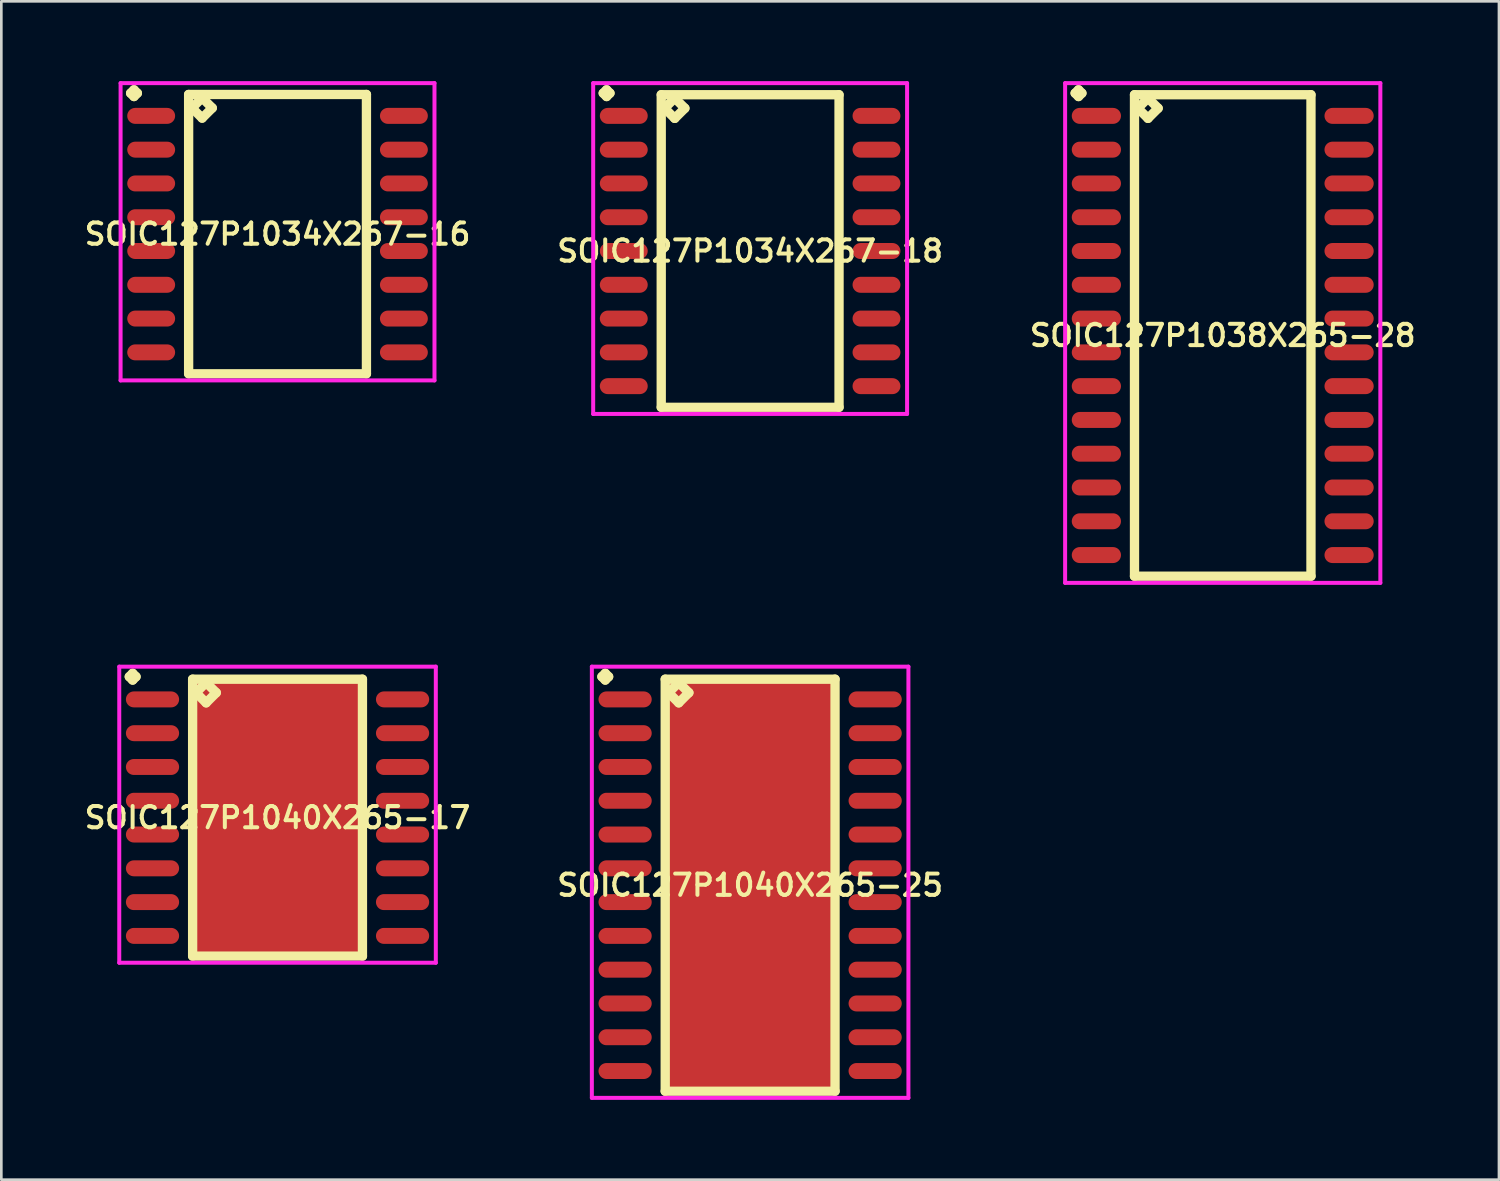
<source format=kicad_pcb>
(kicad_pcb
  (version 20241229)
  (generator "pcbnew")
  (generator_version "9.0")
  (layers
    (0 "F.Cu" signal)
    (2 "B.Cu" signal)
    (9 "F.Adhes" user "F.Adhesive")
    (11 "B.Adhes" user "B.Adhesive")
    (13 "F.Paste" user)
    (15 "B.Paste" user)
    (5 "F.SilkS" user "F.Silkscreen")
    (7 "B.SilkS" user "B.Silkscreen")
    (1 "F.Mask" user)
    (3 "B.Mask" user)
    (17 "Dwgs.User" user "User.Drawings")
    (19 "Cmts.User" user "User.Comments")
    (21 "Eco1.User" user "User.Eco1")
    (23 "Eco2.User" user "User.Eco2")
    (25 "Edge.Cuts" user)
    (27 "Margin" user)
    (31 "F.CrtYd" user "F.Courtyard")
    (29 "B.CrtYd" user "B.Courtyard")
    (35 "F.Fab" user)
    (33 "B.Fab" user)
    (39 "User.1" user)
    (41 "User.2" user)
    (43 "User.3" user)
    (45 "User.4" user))
  (footprint "SOIC127P1034X267-16"
    (layer "F.Cu")
    (at 7.383 5.751)
    (property "Reference" "SOIC127P1034X267-16" (at 0 0 0) (layer "F.SilkS") (effects (font (size 0.8 0.8) (thickness 0.15))))
    (attr smd)
    (fp_line (start -5.523 -5.299) (end -5.396 -5.426) (stroke (width 0.35) (type solid)) (layer "F.SilkS"))
    (fp_line (start -5.396 -5.426) (end -5.269 -5.299) (stroke (width 0.35) (type solid)) (layer "F.SilkS"))
    (fp_line (start -5.396 -5.172) (end -5.523 -5.299) (stroke (width 0.35) (type solid)) (layer "F.SilkS"))
    (fp_line (start -5.269 -5.299) (end -5.396 -5.172) (stroke (width 0.35) (type solid)) (layer "F.SilkS"))
    (fp_line (start -3.342 -5.25) (end -3.342 5.25) (stroke (width 0.35) (type solid)) (layer "F.SilkS"))
    (fp_line (start -3.342 5.25) (end 3.342 5.25) (stroke (width 0.35) (type solid)) (layer "F.SilkS"))
    (fp_line (start -3.215 -4.742) (end -2.834 -5.123) (stroke (width 0.35) (type solid)) (layer "F.SilkS"))
    (fp_line (start -2.834 -5.123) (end -2.453 -4.742) (stroke (width 0.35) (type solid)) (layer "F.SilkS"))
    (fp_line (start -2.834 -4.361) (end -3.215 -4.742) (stroke (width 0.35) (type solid)) (layer "F.SilkS"))
    (fp_line (start -2.453 -4.742) (end -2.834 -4.361) (stroke (width 0.35) (type solid)) (layer "F.SilkS"))
    (fp_line (start 3.342 -5.25) (end -3.342 -5.25) (stroke (width 0.35) (type solid)) (layer "F.SilkS"))
    (fp_line (start 3.342 5.25) (end 3.342 -5.25) (stroke (width 0.35) (type solid)) (layer "F.SilkS"))
    (fp_line (start -5.9 -5.676) (end 5.9 -5.676) (stroke (width 0.15) (type solid)) (layer "F.CrtYd"))
    (fp_line (start -5.9 5.5) (end -5.9 -5.676) (stroke (width 0.15) (type solid)) (layer "F.CrtYd"))
    (fp_line (start 5.9 -5.676) (end 5.9 5.5) (stroke (width 0.15) (type solid)) (layer "F.CrtYd"))
    (fp_line (start 5.9 5.5) (end -5.9 5.5) (stroke (width 0.15) (type solid)) (layer "F.CrtYd"))
    (pad "1" smd oval (at -4.75 -4.445) (size 1.8 0.6) (layers "F.Cu" "F.Mask" "F.Paste"))
    (pad "2" smd oval (at -4.75 -3.175) (size 1.8 0.6) (layers "F.Cu" "F.Mask" "F.Paste"))
    (pad "3" smd oval (at -4.75 -1.905) (size 1.8 0.6) (layers "F.Cu" "F.Mask" "F.Paste"))
    (pad "4" smd oval (at -4.75 -0.635) (size 1.8 0.6) (layers "F.Cu" "F.Mask" "F.Paste"))
    (pad "5" smd oval (at -4.75 0.635) (size 1.8 0.6) (layers "F.Cu" "F.Mask" "F.Paste"))
    (pad "6" smd oval (at -4.75 1.905) (size 1.8 0.6) (layers "F.Cu" "F.Mask" "F.Paste"))
    (pad "7" smd oval (at -4.75 3.175) (size 1.8 0.6) (layers "F.Cu" "F.Mask" "F.Paste"))
    (pad "8" smd oval (at -4.75 4.445) (size 1.8 0.6) (layers "F.Cu" "F.Mask" "F.Paste"))
    (pad "9" smd oval (at 4.75 4.445) (size 1.8 0.6) (layers "F.Cu" "F.Mask" "F.Paste"))
    (pad "10" smd oval (at 4.75 3.175) (size 1.8 0.6) (layers "F.Cu" "F.Mask" "F.Paste"))
    (pad "11" smd oval (at 4.75 1.905) (size 1.8 0.6) (layers "F.Cu" "F.Mask" "F.Paste"))
    (pad "12" smd oval (at 4.75 0.635) (size 1.8 0.6) (layers "F.Cu" "F.Mask" "F.Paste"))
    (pad "13" smd oval (at 4.75 -0.635) (size 1.8 0.6) (layers "F.Cu" "F.Mask" "F.Paste"))
    (pad "14" smd oval (at 4.75 -1.905) (size 1.8 0.6) (layers "F.Cu" "F.Mask" "F.Paste"))
    (pad "15" smd oval (at 4.75 -3.175) (size 1.8 0.6) (layers "F.Cu" "F.Mask" "F.Paste"))
    (pad "16" smd oval (at 4.75 -4.445) (size 1.8 0.6) (layers "F.Cu" "F.Mask" "F.Paste")))
  (footprint "SOIC127P1034X267-18"
    (layer "F.Cu")
    (at 25.149 6.386)
    (property "Reference" "SOIC127P1034X267-18" (at 0 0 0) (layer "F.SilkS") (effects (font (size 0.8 0.8) (thickness 0.15))))
    (attr smd)
    (fp_line (start -5.523 -5.934) (end -5.396 -6.061) (stroke (width 0.35) (type solid)) (layer "F.SilkS"))
    (fp_line (start -5.396 -6.061) (end -5.269 -5.934) (stroke (width 0.35) (type solid)) (layer "F.SilkS"))
    (fp_line (start -5.396 -5.807) (end -5.523 -5.934) (stroke (width 0.35) (type solid)) (layer "F.SilkS"))
    (fp_line (start -5.269 -5.934) (end -5.396 -5.807) (stroke (width 0.35) (type solid)) (layer "F.SilkS"))
    (fp_line (start -3.342 -5.875) (end -3.342 5.875) (stroke (width 0.35) (type solid)) (layer "F.SilkS"))
    (fp_line (start -3.342 5.875) (end 3.342 5.875) (stroke (width 0.35) (type solid)) (layer "F.SilkS"))
    (fp_line (start -3.215 -5.367) (end -2.834 -5.748) (stroke (width 0.35) (type solid)) (layer "F.SilkS"))
    (fp_line (start -2.834 -5.748) (end -2.453 -5.367) (stroke (width 0.35) (type solid)) (layer "F.SilkS"))
    (fp_line (start -2.834 -4.986) (end -3.215 -5.367) (stroke (width 0.35) (type solid)) (layer "F.SilkS"))
    (fp_line (start -2.453 -5.367) (end -2.834 -4.986) (stroke (width 0.35) (type solid)) (layer "F.SilkS"))
    (fp_line (start 3.342 -5.875) (end -3.342 -5.875) (stroke (width 0.35) (type solid)) (layer "F.SilkS"))
    (fp_line (start 3.342 5.875) (end 3.342 -5.875) (stroke (width 0.35) (type solid)) (layer "F.SilkS"))
    (fp_line (start -5.9 -6.311) (end 5.9 -6.311) (stroke (width 0.15) (type solid)) (layer "F.CrtYd"))
    (fp_line (start -5.9 6.125) (end -5.9 -6.311) (stroke (width 0.15) (type solid)) (layer "F.CrtYd"))
    (fp_line (start 5.9 -6.311) (end 5.9 6.125) (stroke (width 0.15) (type solid)) (layer "F.CrtYd"))
    (fp_line (start 5.9 6.125) (end -5.9 6.125) (stroke (width 0.15) (type solid)) (layer "F.CrtYd"))
    (pad "1" smd oval (at -4.75 -5.08) (size 1.8 0.6) (layers "F.Cu" "F.Mask" "F.Paste"))
    (pad "2" smd oval (at -4.75 -3.81) (size 1.8 0.6) (layers "F.Cu" "F.Mask" "F.Paste"))
    (pad "3" smd oval (at -4.75 -2.54) (size 1.8 0.6) (layers "F.Cu" "F.Mask" "F.Paste"))
    (pad "4" smd oval (at -4.75 -1.27) (size 1.8 0.6) (layers "F.Cu" "F.Mask" "F.Paste"))
    (pad "5" smd oval (at -4.75 0) (size 1.8 0.6) (layers "F.Cu" "F.Mask" "F.Paste"))
    (pad "6" smd oval (at -4.75 1.27) (size 1.8 0.6) (layers "F.Cu" "F.Mask" "F.Paste"))
    (pad "7" smd oval (at -4.75 2.54) (size 1.8 0.6) (layers "F.Cu" "F.Mask" "F.Paste"))
    (pad "8" smd oval (at -4.75 3.81) (size 1.8 0.6) (layers "F.Cu" "F.Mask" "F.Paste"))
    (pad "9" smd oval (at -4.75 5.08) (size 1.8 0.6) (layers "F.Cu" "F.Mask" "F.Paste"))
    (pad "10" smd oval (at 4.75 5.08) (size 1.8 0.6) (layers "F.Cu" "F.Mask" "F.Paste"))
    (pad "11" smd oval (at 4.75 3.81) (size 1.8 0.6) (layers "F.Cu" "F.Mask" "F.Paste"))
    (pad "12" smd oval (at 4.75 2.54) (size 1.8 0.6) (layers "F.Cu" "F.Mask" "F.Paste"))
    (pad "13" smd oval (at 4.75 1.27) (size 1.8 0.6) (layers "F.Cu" "F.Mask" "F.Paste"))
    (pad "14" smd oval (at 4.75 0) (size 1.8 0.6) (layers "F.Cu" "F.Mask" "F.Paste"))
    (pad "15" smd oval (at 4.75 -1.27) (size 1.8 0.6) (layers "F.Cu" "F.Mask" "F.Paste"))
    (pad "16" smd oval (at 4.75 -2.54) (size 1.8 0.6) (layers "F.Cu" "F.Mask" "F.Paste"))
    (pad "17" smd oval (at 4.75 -3.81) (size 1.8 0.6) (layers "F.Cu" "F.Mask" "F.Paste"))
    (pad "18" smd oval (at 4.75 -5.08) (size 1.8 0.6) (layers "F.Cu" "F.Mask" "F.Paste")))
  (footprint "SOIC127P1040X265-25"
    (layer "F.Cu")
    (at 25.149 30.227)
    (property "Reference" "SOIC127P1040X265-25" (at 0 0 0) (layer "F.SilkS") (effects (font (size 0.8 0.8) (thickness 0.15))))
    (attr smd)
    (fp_line (start -5.573 -7.839) (end -5.446 -7.966) (stroke (width 0.35) (type solid)) (layer "F.SilkS"))
    (fp_line (start -5.446 -7.966) (end -5.319 -7.839) (stroke (width 0.35) (type solid)) (layer "F.SilkS"))
    (fp_line (start -5.446 -7.712) (end -5.573 -7.839) (stroke (width 0.35) (type solid)) (layer "F.SilkS"))
    (fp_line (start -5.319 -7.839) (end -5.446 -7.712) (stroke (width 0.35) (type solid)) (layer "F.SilkS"))
    (fp_line (start -3.192 -7.745) (end -3.192 7.745) (stroke (width 0.35) (type solid)) (layer "F.SilkS"))
    (fp_line (start -3.192 7.745) (end 3.192 7.745) (stroke (width 0.35) (type solid)) (layer "F.SilkS"))
    (fp_line (start -3.065 -7.237) (end -2.684 -7.618) (stroke (width 0.35) (type solid)) (layer "F.SilkS"))
    (fp_line (start -2.684 -7.618) (end -2.303 -7.237) (stroke (width 0.35) (type solid)) (layer "F.SilkS"))
    (fp_line (start -2.684 -6.856) (end -3.065 -7.237) (stroke (width 0.35) (type solid)) (layer "F.SilkS"))
    (fp_line (start -2.303 -7.237) (end -2.684 -6.856) (stroke (width 0.35) (type solid)) (layer "F.SilkS"))
    (fp_line (start 3.192 -7.745) (end -3.192 -7.745) (stroke (width 0.35) (type solid)) (layer "F.SilkS"))
    (fp_line (start 3.192 7.745) (end 3.192 -7.745) (stroke (width 0.35) (type solid)) (layer "F.SilkS"))
    (fp_line (start -5.95 -8.216) (end 5.95 -8.216) (stroke (width 0.15) (type solid)) (layer "F.CrtYd"))
    (fp_line (start -5.95 7.995) (end -5.95 -8.216) (stroke (width 0.15) (type solid)) (layer "F.CrtYd"))
    (fp_line (start 5.95 -8.216) (end 5.95 7.995) (stroke (width 0.15) (type solid)) (layer "F.CrtYd"))
    (fp_line (start 5.95 7.995) (end -5.95 7.995) (stroke (width 0.15) (type solid)) (layer "F.CrtYd"))
    (pad "1" smd oval (at -4.7 -6.985) (size 2 0.6) (layers "F.Cu" "F.Mask" "F.Paste"))
    (pad "2" smd oval (at -4.7 -5.715) (size 2 0.6) (layers "F.Cu" "F.Mask" "F.Paste"))
    (pad "3" smd oval (at -4.7 -4.445) (size 2 0.6) (layers "F.Cu" "F.Mask" "F.Paste"))
    (pad "4" smd oval (at -4.7 -3.175) (size 2 0.6) (layers "F.Cu" "F.Mask" "F.Paste"))
    (pad "5" smd oval (at -4.7 -1.905) (size 2 0.6) (layers "F.Cu" "F.Mask" "F.Paste"))
    (pad "6" smd oval (at -4.7 -0.635) (size 2 0.6) (layers "F.Cu" "F.Mask" "F.Paste"))
    (pad "7" smd oval (at -4.7 0.635) (size 2 0.6) (layers "F.Cu" "F.Mask" "F.Paste"))
    (pad "8" smd oval (at -4.7 1.905) (size 2 0.6) (layers "F.Cu" "F.Mask" "F.Paste"))
    (pad "9" smd oval (at -4.7 3.175) (size 2 0.6) (layers "F.Cu" "F.Mask" "F.Paste"))
    (pad "10" smd oval (at -4.7 4.445) (size 2 0.6) (layers "F.Cu" "F.Mask" "F.Paste"))
    (pad "11" smd oval (at -4.7 5.715) (size 2 0.6) (layers "F.Cu" "F.Mask" "F.Paste"))
    (pad "12" smd oval (at -4.7 6.985) (size 2 0.6) (layers "F.Cu" "F.Mask" "F.Paste"))
    (pad "13" smd oval (at 4.7 6.985) (size 2 0.6) (layers "F.Cu" "F.Mask" "F.Paste"))
    (pad "14" smd oval (at 4.7 5.715) (size 2 0.6) (layers "F.Cu" "F.Mask" "F.Paste"))
    (pad "15" smd oval (at 4.7 4.445) (size 2 0.6) (layers "F.Cu" "F.Mask" "F.Paste"))
    (pad "16" smd oval (at 4.7 3.175) (size 2 0.6) (layers "F.Cu" "F.Mask" "F.Paste"))
    (pad "17" smd oval (at 4.7 1.905) (size 2 0.6) (layers "F.Cu" "F.Mask" "F.Paste"))
    (pad "18" smd oval (at 4.7 0.635) (size 2 0.6) (layers "F.Cu" "F.Mask" "F.Paste"))
    (pad "19" smd oval (at 4.7 -0.635) (size 2 0.6) (layers "F.Cu" "F.Mask" "F.Paste"))
    (pad "20" smd oval (at 4.7 -1.905) (size 2 0.6) (layers "F.Cu" "F.Mask" "F.Paste"))
    (pad "21" smd oval (at 4.7 -3.175) (size 2 0.6) (layers "F.Cu" "F.Mask" "F.Paste"))
    (pad "22" smd oval (at 4.7 -4.445) (size 2 0.6) (layers "F.Cu" "F.Mask" "F.Paste"))
    (pad "23" smd oval (at 4.7 -5.715) (size 2 0.6) (layers "F.Cu" "F.Mask" "F.Paste"))
    (pad "24" smd oval (at 4.7 -6.985) (size 2 0.6) (layers "F.Cu" "F.Mask" "F.Paste"))
    (pad "25" smd rect (at 0 0) (size 6.2 15.45) (layers "F.Cu" "F.Mask" "F.Paste")))
  (footprint "SOIC127P1038X265-28"
    (layer "F.Cu")
    (at 42.915 9.561)
    (property "Reference" "SOIC127P1038X265-28" (at 0 0 0) (layer "F.SilkS") (effects (font (size 0.8 0.8) (thickness 0.15))))
    (attr smd)
    (fp_line (start -5.548 -9.109) (end -5.421 -9.236) (stroke (width 0.35) (type solid)) (layer "F.SilkS"))
    (fp_line (start -5.421 -9.236) (end -5.294 -9.109) (stroke (width 0.35) (type solid)) (layer "F.SilkS"))
    (fp_line (start -5.421 -8.982) (end -5.548 -9.109) (stroke (width 0.35) (type solid)) (layer "F.SilkS"))
    (fp_line (start -5.294 -9.109) (end -5.421 -8.982) (stroke (width 0.35) (type solid)) (layer "F.SilkS"))
    (fp_line (start -3.317 -9.05) (end -3.317 9.05) (stroke (width 0.35) (type solid)) (layer "F.SilkS"))
    (fp_line (start -3.317 9.05) (end 3.317 9.05) (stroke (width 0.35) (type solid)) (layer "F.SilkS"))
    (fp_line (start -3.19 -8.542) (end -2.809 -8.923) (stroke (width 0.35) (type solid)) (layer "F.SilkS"))
    (fp_line (start -2.809 -8.923) (end -2.428 -8.542) (stroke (width 0.35) (type solid)) (layer "F.SilkS"))
    (fp_line (start -2.809 -8.161) (end -3.19 -8.542) (stroke (width 0.35) (type solid)) (layer "F.SilkS"))
    (fp_line (start -2.428 -8.542) (end -2.809 -8.161) (stroke (width 0.35) (type solid)) (layer "F.SilkS"))
    (fp_line (start 3.317 -9.05) (end -3.317 -9.05) (stroke (width 0.35) (type solid)) (layer "F.SilkS"))
    (fp_line (start 3.317 9.05) (end 3.317 -9.05) (stroke (width 0.35) (type solid)) (layer "F.SilkS"))
    (fp_line (start -5.925 -9.486) (end 5.925 -9.486) (stroke (width 0.15) (type solid)) (layer "F.CrtYd"))
    (fp_line (start -5.925 9.3) (end -5.925 -9.486) (stroke (width 0.15) (type solid)) (layer "F.CrtYd"))
    (fp_line (start 5.925 -9.486) (end 5.925 9.3) (stroke (width 0.15) (type solid)) (layer "F.CrtYd"))
    (fp_line (start 5.925 9.3) (end -5.925 9.3) (stroke (width 0.15) (type solid)) (layer "F.CrtYd"))
    (pad "1" smd oval (at -4.75 -8.255) (size 1.85 0.6) (layers "F.Cu" "F.Mask" "F.Paste"))
    (pad "2" smd oval (at -4.75 -6.985) (size 1.85 0.6) (layers "F.Cu" "F.Mask" "F.Paste"))
    (pad "3" smd oval (at -4.75 -5.715) (size 1.85 0.6) (layers "F.Cu" "F.Mask" "F.Paste"))
    (pad "4" smd oval (at -4.75 -4.445) (size 1.85 0.6) (layers "F.Cu" "F.Mask" "F.Paste"))
    (pad "5" smd oval (at -4.75 -3.175) (size 1.85 0.6) (layers "F.Cu" "F.Mask" "F.Paste"))
    (pad "6" smd oval (at -4.75 -1.905) (size 1.85 0.6) (layers "F.Cu" "F.Mask" "F.Paste"))
    (pad "7" smd oval (at -4.75 -0.635) (size 1.85 0.6) (layers "F.Cu" "F.Mask" "F.Paste"))
    (pad "8" smd oval (at -4.75 0.635) (size 1.85 0.6) (layers "F.Cu" "F.Mask" "F.Paste"))
    (pad "9" smd oval (at -4.75 1.905) (size 1.85 0.6) (layers "F.Cu" "F.Mask" "F.Paste"))
    (pad "10" smd oval (at -4.75 3.175) (size 1.85 0.6) (layers "F.Cu" "F.Mask" "F.Paste"))
    (pad "11" smd oval (at -4.75 4.445) (size 1.85 0.6) (layers "F.Cu" "F.Mask" "F.Paste"))
    (pad "12" smd oval (at -4.75 5.715) (size 1.85 0.6) (layers "F.Cu" "F.Mask" "F.Paste"))
    (pad "13" smd oval (at -4.75 6.985) (size 1.85 0.6) (layers "F.Cu" "F.Mask" "F.Paste"))
    (pad "14" smd oval (at -4.75 8.255) (size 1.85 0.6) (layers "F.Cu" "F.Mask" "F.Paste"))
    (pad "15" smd oval (at 4.75 8.255) (size 1.85 0.6) (layers "F.Cu" "F.Mask" "F.Paste"))
    (pad "16" smd oval (at 4.75 6.985) (size 1.85 0.6) (layers "F.Cu" "F.Mask" "F.Paste"))
    (pad "17" smd oval (at 4.75 5.715) (size 1.85 0.6) (layers "F.Cu" "F.Mask" "F.Paste"))
    (pad "18" smd oval (at 4.75 4.445) (size 1.85 0.6) (layers "F.Cu" "F.Mask" "F.Paste"))
    (pad "19" smd oval (at 4.75 3.175) (size 1.85 0.6) (layers "F.Cu" "F.Mask" "F.Paste"))
    (pad "20" smd oval (at 4.75 1.905) (size 1.85 0.6) (layers "F.Cu" "F.Mask" "F.Paste"))
    (pad "21" smd oval (at 4.75 0.635) (size 1.85 0.6) (layers "F.Cu" "F.Mask" "F.Paste"))
    (pad "22" smd oval (at 4.75 -0.635) (size 1.85 0.6) (layers "F.Cu" "F.Mask" "F.Paste"))
    (pad "23" smd oval (at 4.75 -1.905) (size 1.85 0.6) (layers "F.Cu" "F.Mask" "F.Paste"))
    (pad "24" smd oval (at 4.75 -3.175) (size 1.85 0.6) (layers "F.Cu" "F.Mask" "F.Paste"))
    (pad "25" smd oval (at 4.75 -4.445) (size 1.85 0.6) (layers "F.Cu" "F.Mask" "F.Paste"))
    (pad "26" smd oval (at 4.75 -5.715) (size 1.85 0.6) (layers "F.Cu" "F.Mask" "F.Paste"))
    (pad "27" smd oval (at 4.75 -6.985) (size 1.85 0.6) (layers "F.Cu" "F.Mask" "F.Paste"))
    (pad "28" smd oval (at 4.75 -8.255) (size 1.85 0.6) (layers "F.Cu" "F.Mask" "F.Paste")))
  (footprint "SOIC127P1040X265-17"
    (layer "F.Cu")
    (at 7.383 27.687)
    (property "Reference" "SOIC127P1040X265-17" (at 0 0 0) (layer "F.SilkS") (effects (font (size 0.8 0.8) (thickness 0.15))))
    (attr smd)
    (fp_line (start -5.573 -5.299) (end -5.446 -5.426) (stroke (width 0.35) (type solid)) (layer "F.SilkS"))
    (fp_line (start -5.446 -5.426) (end -5.319 -5.299) (stroke (width 0.35) (type solid)) (layer "F.SilkS"))
    (fp_line (start -5.446 -5.172) (end -5.573 -5.299) (stroke (width 0.35) (type solid)) (layer "F.SilkS"))
    (fp_line (start -5.319 -5.299) (end -5.446 -5.172) (stroke (width 0.35) (type solid)) (layer "F.SilkS"))
    (fp_line (start -3.192 -5.205) (end -3.192 5.205) (stroke (width 0.35) (type solid)) (layer "F.SilkS"))
    (fp_line (start -3.192 5.205) (end 3.192 5.205) (stroke (width 0.35) (type solid)) (layer "F.SilkS"))
    (fp_line (start -3.065 -4.697) (end -2.684 -5.078) (stroke (width 0.35) (type solid)) (layer "F.SilkS"))
    (fp_line (start -2.684 -5.078) (end -2.303 -4.697) (stroke (width 0.35) (type solid)) (layer "F.SilkS"))
    (fp_line (start -2.684 -4.316) (end -3.065 -4.697) (stroke (width 0.35) (type solid)) (layer "F.SilkS"))
    (fp_line (start -2.303 -4.697) (end -2.684 -4.316) (stroke (width 0.35) (type solid)) (layer "F.SilkS"))
    (fp_line (start 3.192 -5.205) (end -3.192 -5.205) (stroke (width 0.35) (type solid)) (layer "F.SilkS"))
    (fp_line (start 3.192 5.205) (end 3.192 -5.205) (stroke (width 0.35) (type solid)) (layer "F.SilkS"))
    (fp_line (start -5.95 -5.676) (end 5.95 -5.676) (stroke (width 0.15) (type solid)) (layer "F.CrtYd"))
    (fp_line (start -5.95 5.455) (end -5.95 -5.676) (stroke (width 0.15) (type solid)) (layer "F.CrtYd"))
    (fp_line (start 5.95 -5.676) (end 5.95 5.455) (stroke (width 0.15) (type solid)) (layer "F.CrtYd"))
    (fp_line (start 5.95 5.455) (end -5.95 5.455) (stroke (width 0.15) (type solid)) (layer "F.CrtYd"))
    (pad "1" smd oval (at -4.7 -4.445) (size 2 0.6) (layers "F.Cu" "F.Mask" "F.Paste"))
    (pad "2" smd oval (at -4.7 -3.175) (size 2 0.6) (layers "F.Cu" "F.Mask" "F.Paste"))
    (pad "3" smd oval (at -4.7 -1.905) (size 2 0.6) (layers "F.Cu" "F.Mask" "F.Paste"))
    (pad "4" smd oval (at -4.7 -0.635) (size 2 0.6) (layers "F.Cu" "F.Mask" "F.Paste"))
    (pad "5" smd oval (at -4.7 0.635) (size 2 0.6) (layers "F.Cu" "F.Mask" "F.Paste"))
    (pad "6" smd oval (at -4.7 1.905) (size 2 0.6) (layers "F.Cu" "F.Mask" "F.Paste"))
    (pad "7" smd oval (at -4.7 3.175) (size 2 0.6) (layers "F.Cu" "F.Mask" "F.Paste"))
    (pad "8" smd oval (at -4.7 4.445) (size 2 0.6) (layers "F.Cu" "F.Mask" "F.Paste"))
    (pad "9" smd oval (at 4.7 4.445) (size 2 0.6) (layers "F.Cu" "F.Mask" "F.Paste"))
    (pad "10" smd oval (at 4.7 3.175) (size 2 0.6) (layers "F.Cu" "F.Mask" "F.Paste"))
    (pad "11" smd oval (at 4.7 1.905) (size 2 0.6) (layers "F.Cu" "F.Mask" "F.Paste"))
    (pad "12" smd oval (at 4.7 0.635) (size 2 0.6) (layers "F.Cu" "F.Mask" "F.Paste"))
    (pad "13" smd oval (at 4.7 -0.635) (size 2 0.6) (layers "F.Cu" "F.Mask" "F.Paste"))
    (pad "14" smd oval (at 4.7 -1.905) (size 2 0.6) (layers "F.Cu" "F.Mask" "F.Paste"))
    (pad "15" smd oval (at 4.7 -3.175) (size 2 0.6) (layers "F.Cu" "F.Mask" "F.Paste"))
    (pad "16" smd oval (at 4.7 -4.445) (size 2 0.6) (layers "F.Cu" "F.Mask" "F.Paste"))
    (pad "17" smd rect (at 0 0) (size 6.2 10.4) (layers "F.Cu" "F.Mask" "F.Paste")))
  (gr_rect
    (start -3 -3)
    (end 53.299 41.297)
    (stroke (width 0.1) (type default))
    (fill no)
    (layer "Edge.Cuts")))
</source>
